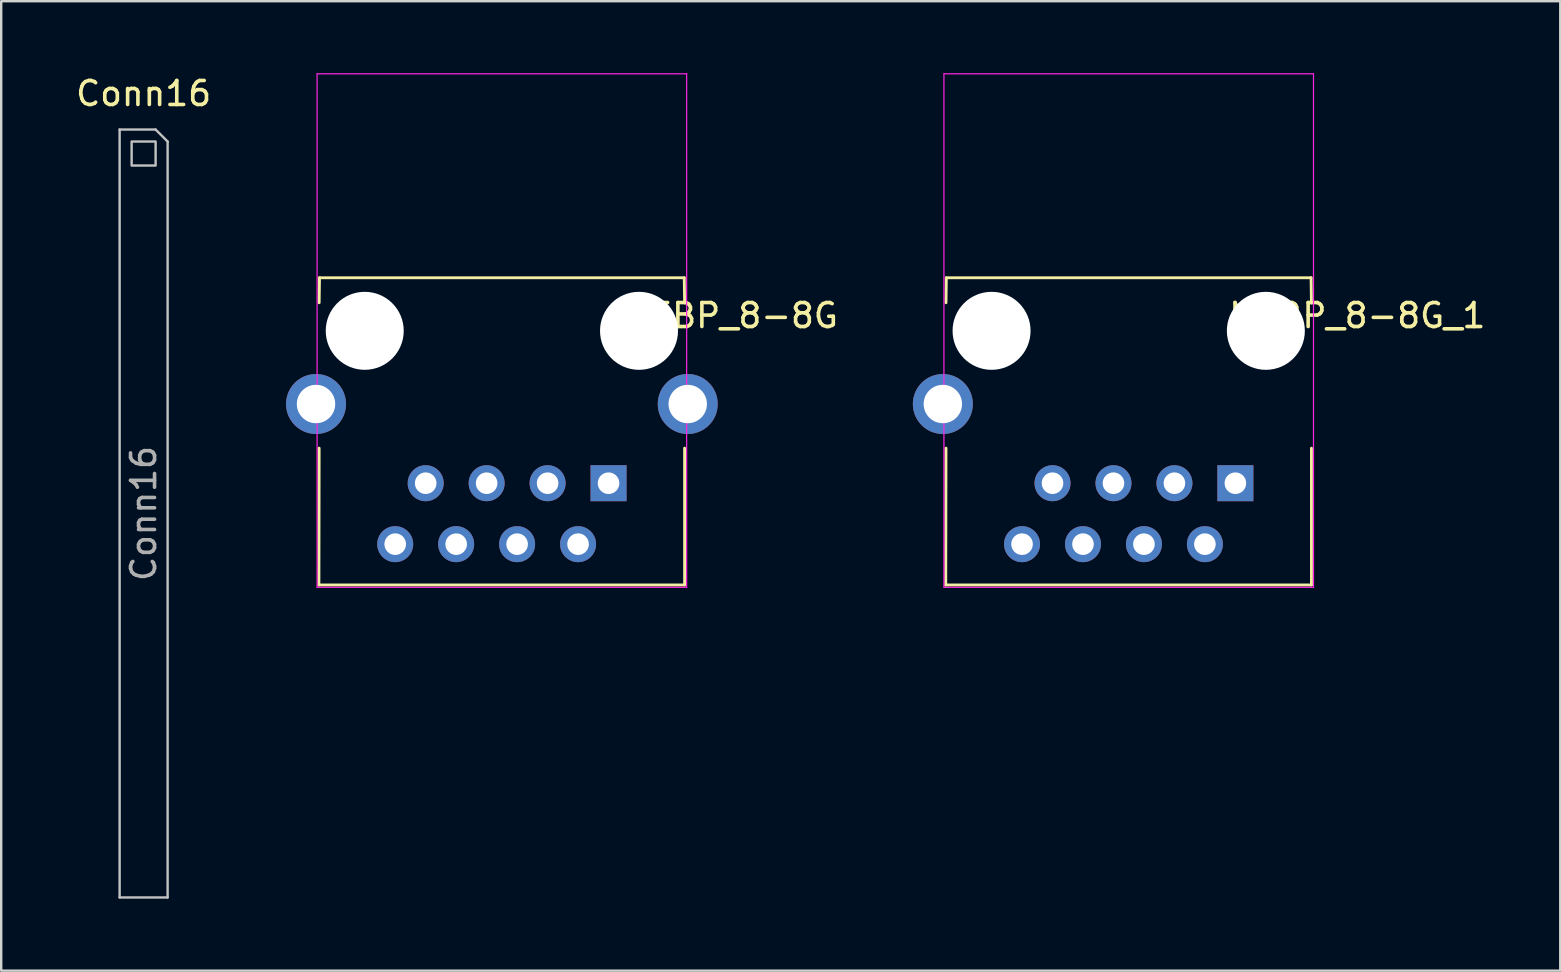
<source format=kicad_pcb>
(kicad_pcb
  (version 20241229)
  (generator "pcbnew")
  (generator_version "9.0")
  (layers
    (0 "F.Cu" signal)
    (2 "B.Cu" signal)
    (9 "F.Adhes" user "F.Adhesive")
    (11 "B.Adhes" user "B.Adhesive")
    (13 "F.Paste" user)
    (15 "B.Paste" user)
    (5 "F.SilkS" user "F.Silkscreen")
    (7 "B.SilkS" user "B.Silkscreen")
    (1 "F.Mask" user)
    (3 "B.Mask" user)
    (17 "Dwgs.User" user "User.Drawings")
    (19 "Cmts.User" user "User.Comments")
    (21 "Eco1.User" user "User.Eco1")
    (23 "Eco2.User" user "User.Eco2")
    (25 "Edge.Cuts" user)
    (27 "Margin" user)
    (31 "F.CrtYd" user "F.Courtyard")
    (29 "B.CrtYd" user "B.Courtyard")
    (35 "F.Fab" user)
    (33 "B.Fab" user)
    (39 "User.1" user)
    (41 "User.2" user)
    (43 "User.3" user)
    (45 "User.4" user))
  (footprint "MEBP_8-8G_1"
    (layer "F.Cu")
    (at 43.985 2.125)
    (property "Reference" "MEBP_8-8G_1" (at 9.525 7.976 180) (layer "F.SilkS") (effects (font (size 1 1) (thickness 0.15))))
    (attr through_hole)
    (fp_line (start -7.625 19.201) (end -7.615 13.501) (stroke (width 0.12) (type solid)) (layer "F.SilkS"))
    (fp_line (start -7.625 19.201) (end 7.615 19.201) (stroke (width 0.12) (type solid)) (layer "F.SilkS"))
    (fp_line (start -7.615 7.441) (end -7.6 6.4) (stroke (width 0.12) (type solid)) (layer "F.SilkS"))
    (fp_line (start 7.6 6.4) (end -7.6 6.4) (stroke (width 0.12) (type solid)) (layer "F.SilkS"))
    (fp_line (start 7.615 7.451) (end 7.6 6.4) (stroke (width 0.12) (type solid)) (layer "F.SilkS"))
    (fp_line (start 7.615 19.201) (end 7.615 13.501) (stroke (width 0.12) (type solid)) (layer "F.SilkS"))
    (fp_line (start -7.7 -2.1) (end -7.7 19.3) (stroke (width 0.05) (type solid)) (layer "F.CrtYd"))
    (fp_line (start -7.7 -2.1) (end 7.7 -2.1) (stroke (width 0.05) (type solid)) (layer "F.CrtYd"))
    (fp_line (start 7.7 19.3) (end -7.7 19.3) (stroke (width 0.05) (type solid)) (layer "F.CrtYd"))
    (fp_line (start 7.7 19.3) (end 7.7 -2.1) (stroke (width 0.05) (type solid)) (layer "F.CrtYd"))
    (pad "" np_thru_hole circle (at -5.715 8.611 180) (size 3.25 3.25) (drill 3.25) (layers "*.Cu" "*.Mask"))
    (pad "" np_thru_hole circle (at 5.715 8.611 180) (size 3.25 3.25) (drill 3.25) (layers "*.Cu" "*.Mask"))
    (pad "1" thru_hole rect (at 4.445 14.961 180) (size 1.5 1.5) (drill 0.9) (layers "*.Cu" "*.Mask"))
    (pad "2" thru_hole circle (at 3.175 17.501 180) (size 1.5 1.5) (drill 0.9) (layers "*.Cu" "*.Mask"))
    (pad "3" thru_hole circle (at 1.905 14.961 180) (size 1.5 1.5) (drill 0.9) (layers "*.Cu" "*.Mask"))
    (pad "4" thru_hole circle (at 0.635 17.501 180) (size 1.5 1.5) (drill 0.9) (layers "*.Cu" "*.Mask"))
    (pad "5" thru_hole circle (at -0.635 14.961 180) (size 1.5 1.5) (drill 0.9) (layers "*.Cu" "*.Mask"))
    (pad "6" thru_hole circle (at -1.905 17.501 180) (size 1.5 1.5) (drill 0.9) (layers "*.Cu" "*.Mask"))
    (pad "7" thru_hole circle (at -3.175 14.961 180) (size 1.5 1.5) (drill 0.9) (layers "*.Cu" "*.Mask"))
    (pad "8" thru_hole circle (at -4.445 17.501 180) (size 1.5 1.5) (drill 0.9) (layers "*.Cu" "*.Mask"))
    (pad "SH" thru_hole circle (at -7.745 11.661 180) (size 2.5 2.5) (drill 1.6) (layers "*.Cu" "*.Mask")))
  (footprint "Conn16"
    (layer "F.Cu")
    (at 2.935 3.348)
    (property "Reference" "Conn16" (at 0 -2.5 0) (layer "F.SilkS") (effects (font (size 1 1) (thickness 0.15))))
    (attr through_hole)
    (fp_line (start -1 -1) (end 0.5 -1) (stroke (width 0.1) (type solid)) (layer "Dwgs.User"))
    (fp_line (start -1 31) (end -1 -1) (stroke (width 0.1) (type solid)) (layer "Dwgs.User"))
    (fp_line (start 0.5 -1) (end 1 -0.5) (stroke (width 0.1) (type solid)) (layer "Dwgs.User"))
    (fp_line (start 1 -0.5) (end 1 31) (stroke (width 0.1) (type solid)) (layer "Dwgs.User"))
    (fp_line (start 1 31) (end -1 31) (stroke (width 0.1) (type solid)) (layer "Dwgs.User"))
    (fp_rect (start -0.5 -0.5) (end 0.5 0.5) (stroke (width 0.1) (type default)) (fill no) (layer "Dwgs.User"))
    (fp_text user "${REFERENCE}" (at 0 15 90) (layer "F.Fab") (effects (font (size 1 1) (thickness 0.15)))))
  (footprint "MEBP_8-8G"
    (layer "F.Cu")
    (at 17.864 2.125)
    (property "Reference" "MEBP_8-8G" (at 9.525 7.976 180) (layer "F.SilkS") (effects (font (size 1 1) (thickness 0.15))))
    (attr through_hole)
    (fp_line (start -7.625 19.201) (end -7.615 13.501) (stroke (width 0.12) (type solid)) (layer "F.SilkS"))
    (fp_line (start -7.625 19.201) (end 7.615 19.201) (stroke (width 0.12) (type solid)) (layer "F.SilkS"))
    (fp_line (start -7.615 7.441) (end -7.6 6.4) (stroke (width 0.12) (type solid)) (layer "F.SilkS"))
    (fp_line (start 7.6 6.4) (end -7.6 6.4) (stroke (width 0.12) (type solid)) (layer "F.SilkS"))
    (fp_line (start 7.615 7.451) (end 7.6 6.4) (stroke (width 0.12) (type solid)) (layer "F.SilkS"))
    (fp_line (start 7.615 19.201) (end 7.615 13.501) (stroke (width 0.12) (type solid)) (layer "F.SilkS"))
    (fp_line (start -7.7 -2.1) (end -7.7 19.3) (stroke (width 0.05) (type solid)) (layer "F.CrtYd"))
    (fp_line (start -7.7 -2.1) (end 7.7 -2.1) (stroke (width 0.05) (type solid)) (layer "F.CrtYd"))
    (fp_line (start 7.7 19.3) (end -7.7 19.3) (stroke (width 0.05) (type solid)) (layer "F.CrtYd"))
    (fp_line (start 7.7 19.3) (end 7.7 -2.1) (stroke (width 0.05) (type solid)) (layer "F.CrtYd"))
    (pad "" np_thru_hole circle (at -5.715 8.611 180) (size 3.25 3.25) (drill 3.25) (layers "*.Cu" "*.Mask"))
    (pad "" np_thru_hole circle (at 5.715 8.611 180) (size 3.25 3.25) (drill 3.25) (layers "*.Cu" "*.Mask"))
    (pad "1" thru_hole rect (at 4.445 14.961 180) (size 1.5 1.5) (drill 0.9) (layers "*.Cu" "*.Mask"))
    (pad "2" thru_hole circle (at 3.175 17.501 180) (size 1.5 1.5) (drill 0.9) (layers "*.Cu" "*.Mask"))
    (pad "3" thru_hole circle (at 1.905 14.961 180) (size 1.5 1.5) (drill 0.9) (layers "*.Cu" "*.Mask"))
    (pad "4" thru_hole circle (at 0.635 17.501 180) (size 1.5 1.5) (drill 0.9) (layers "*.Cu" "*.Mask"))
    (pad "5" thru_hole circle (at -0.635 14.961 180) (size 1.5 1.5) (drill 0.9) (layers "*.Cu" "*.Mask"))
    (pad "6" thru_hole circle (at -1.905 17.501 180) (size 1.5 1.5) (drill 0.9) (layers "*.Cu" "*.Mask"))
    (pad "7" thru_hole circle (at -3.175 14.961 180) (size 1.5 1.5) (drill 0.9) (layers "*.Cu" "*.Mask"))
    (pad "8" thru_hole circle (at -4.445 17.501 180) (size 1.5 1.5) (drill 0.9) (layers "*.Cu" "*.Mask"))
    (pad "SH" thru_hole circle (at -7.745 11.661 180) (size 2.5 2.5) (drill 1.6) (layers "*.Cu" "*.Mask"))
    (pad "SH" thru_hole circle (at 7.745 11.661 180) (size 2.5 2.5) (drill 1.6) (layers "*.Cu" "*.Mask")))
  (gr_rect
    (start -3 -3)
    (end 61.969 37.398)
    (stroke (width 0.1) (type default))
    (fill no)
    (layer "Edge.Cuts")))
</source>
